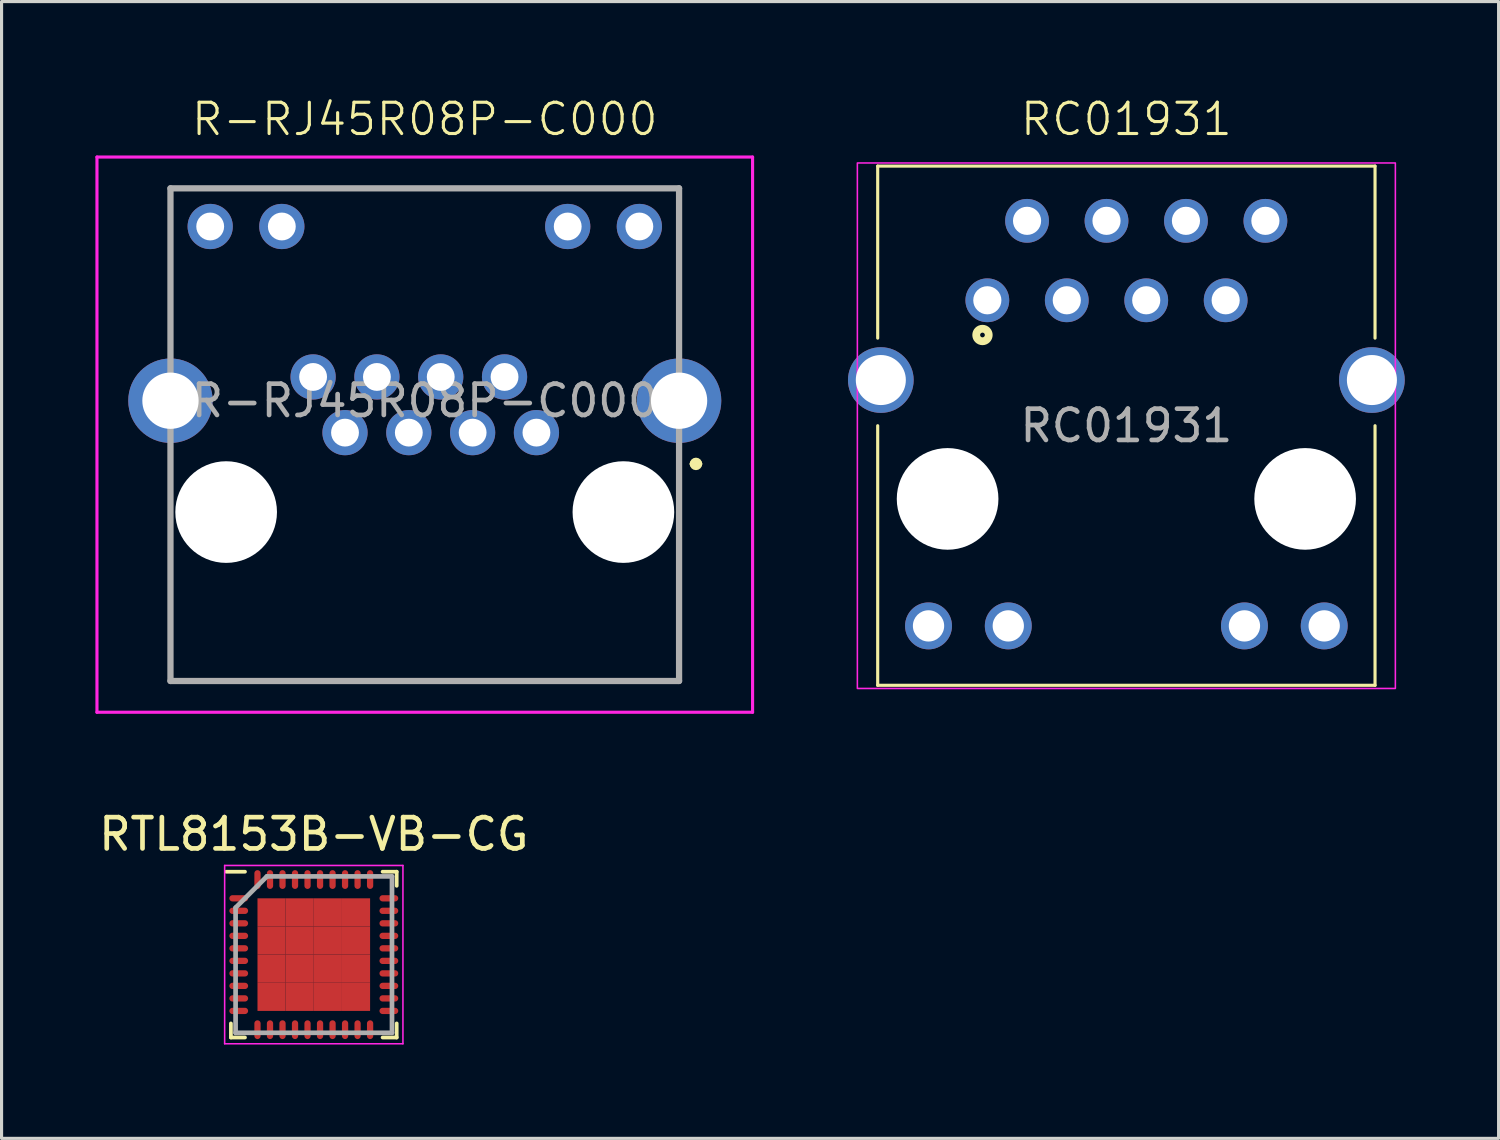
<source format=kicad_pcb>
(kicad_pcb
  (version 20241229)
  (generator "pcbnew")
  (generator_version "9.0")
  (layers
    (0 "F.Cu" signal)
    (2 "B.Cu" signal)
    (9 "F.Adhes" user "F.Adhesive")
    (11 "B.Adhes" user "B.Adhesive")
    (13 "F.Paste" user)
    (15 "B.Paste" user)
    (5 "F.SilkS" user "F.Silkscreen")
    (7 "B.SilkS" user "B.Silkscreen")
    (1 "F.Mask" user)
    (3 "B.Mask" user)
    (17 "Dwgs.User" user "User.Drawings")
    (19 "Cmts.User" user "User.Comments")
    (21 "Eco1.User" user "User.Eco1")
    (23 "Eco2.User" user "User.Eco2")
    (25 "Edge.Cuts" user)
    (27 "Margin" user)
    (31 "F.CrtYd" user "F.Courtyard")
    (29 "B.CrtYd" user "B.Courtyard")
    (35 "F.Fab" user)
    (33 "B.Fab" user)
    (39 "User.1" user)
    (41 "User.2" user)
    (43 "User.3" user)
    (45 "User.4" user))
  (footprint "R-RJ45R08P-C000"
    (layer "F.Cu")
    (at 10.53 9.761)
    (property "Reference" "R-RJ45R08P-C000" (at 0 -9 0) (unlocked yes) (layer "F.SilkS") (effects (font (size 1 1) (thickness 0.1))))
    (attr through_hole)
    (fp_line (start -8.15 -6.79) (end 8.13 -6.79) (stroke (width 0.1) (type solid)) (layer "F.SilkS"))
    (fp_line (start -8.15 -1.94) (end -8.15 -6.79) (stroke (width 0.1) (type solid)) (layer "F.SilkS"))
    (fp_line (start -8.13 1.56) (end -8.13 8.96) (stroke (width 0.1) (type solid)) (layer "F.SilkS"))
    (fp_line (start -8.13 8.96) (end 8.13 8.96) (stroke (width 0.1) (type solid)) (layer "F.SilkS"))
    (fp_line (start 8.13 -6.79) (end 8.13 -1.94) (stroke (width 0.1) (type solid)) (layer "F.SilkS"))
    (fp_line (start 8.13 8.96) (end 8.13 1.56) (stroke (width 0.1) (type solid)) (layer "F.SilkS"))
    (fp_line (start 8.57 2.02) (end 8.57 2.02) (stroke (width 0.2) (type solid)) (layer "F.SilkS"))
    (fp_line (start 8.77 2.02) (end 8.77 2.02) (stroke (width 0.2) (type solid)) (layer "F.SilkS"))
    (fp_arc (start 8.57 2.02) (mid 8.67 1.92) (end 8.77 2.02) (stroke (width 0.2) (type solid)) (layer "F.SilkS"))
    (fp_arc (start 8.77 2.02) (mid 8.67 2.12) (end 8.57 2.02) (stroke (width 0.2) (type solid)) (layer "F.SilkS"))
    (fp_line (start -10.48 -7.79) (end 10.48 -7.79) (stroke (width 0.1) (type solid)) (layer "F.CrtYd"))
    (fp_line (start -10.48 9.96) (end -10.48 -7.79) (stroke (width 0.1) (type solid)) (layer "F.CrtYd"))
    (fp_line (start 10.48 -7.79) (end 10.48 9.96) (stroke (width 0.1) (type solid)) (layer "F.CrtYd"))
    (fp_line (start 10.48 9.96) (end -10.48 9.96) (stroke (width 0.1) (type solid)) (layer "F.CrtYd"))
    (fp_line (start -8.13 -6.79) (end 8.13 -6.79) (stroke (width 0.2) (type solid)) (layer "F.Fab"))
    (fp_line (start -8.13 8.96) (end -8.13 -6.79) (stroke (width 0.2) (type solid)) (layer "F.Fab"))
    (fp_line (start 8.13 -6.79) (end 8.13 8.96) (stroke (width 0.2) (type solid)) (layer "F.Fab"))
    (fp_line (start 8.13 8.96) (end -8.13 8.96) (stroke (width 0.2) (type solid)) (layer "F.Fab"))
    (fp_text user "${REFERENCE}" (at 0 0 0) (unlocked yes) (layer "F.Fab") (effects (font (size 1 1) (thickness 0.15))))
    (pad "" np_thru_hole circle (at -6.35 3.56) (size 3.25 3.25) (drill 3.25) (layers "*.Cu" "*.Mask"))
    (pad "" np_thru_hole circle (at 6.35 3.56) (size 3.25 3.25) (drill 3.25) (layers "*.Cu" "*.Mask"))
    (pad "1" thru_hole circle (at 3.57 1.02) (size 1.446 1.446) (drill 0.89) (layers "*.Cu" "*.Mask"))
    (pad "2" thru_hole circle (at 2.55 -0.76) (size 1.446 1.446) (drill 0.89) (layers "*.Cu" "*.Mask"))
    (pad "3" thru_hole circle (at 1.53 1.02) (size 1.446 1.446) (drill 0.89) (layers "*.Cu" "*.Mask"))
    (pad "4" thru_hole circle (at 0.51 -0.76) (size 1.446 1.446) (drill 0.89) (layers "*.Cu" "*.Mask"))
    (pad "5" thru_hole circle (at -0.51 1.02) (size 1.446 1.446) (drill 0.89) (layers "*.Cu" "*.Mask"))
    (pad "6" thru_hole circle (at -1.53 -0.76) (size 1.446 1.446) (drill 0.89) (layers "*.Cu" "*.Mask"))
    (pad "7" thru_hole circle (at -2.55 1.02) (size 1.446 1.446) (drill 0.89) (layers "*.Cu" "*.Mask"))
    (pad "8" thru_hole circle (at -3.57 -0.76) (size 1.446 1.446) (drill 0.89) (layers "*.Cu" "*.Mask"))
    (pad "9" thru_hole circle (at -6.86 -5.57) (size 1.446 1.446) (drill 0.89) (layers "*.Cu" "*.Mask"))
    (pad "10" thru_hole circle (at -4.57 -5.57) (size 1.446 1.446) (drill 0.89) (layers "*.Cu" "*.Mask"))
    (pad "11" thru_hole circle (at 4.57 -5.57) (size 1.446 1.446) (drill 0.89) (layers "*.Cu" "*.Mask"))
    (pad "12" thru_hole circle (at 6.86 -5.57) (size 1.446 1.446) (drill 0.89) (layers "*.Cu" "*.Mask"))
    (pad "13" thru_hole circle (at -8.13 0) (size 2.7 2.7) (drill 1.8) (layers "*.Cu" "*.Mask"))
    (pad "13" thru_hole circle (at 8.13 0) (size 2.7 2.7) (drill 1.8) (layers "*.Cu" "*.Mask")))
  (footprint "RC01931"
    (layer "F.Cu")
    (at 32.96 10.56)
    (property "Reference" "RC01931" (at 0 -9.8 0) (unlocked yes) (layer "F.SilkS") (effects (font (size 1 1) (thickness 0.1))))
    (attr through_hole)
    (fp_line (start -7.95 -8.3) (end 7.95 -8.3) (stroke (width 0.1) (type default)) (layer "F.SilkS"))
    (fp_line (start -7.95 -2.8) (end -7.95 -8.3) (stroke (width 0.1) (type default)) (layer "F.SilkS"))
    (fp_line (start -7.95 8.3) (end -7.95 0) (stroke (width 0.1) (type default)) (layer "F.SilkS"))
    (fp_line (start 7.95 -8.3) (end 7.95 -2.8) (stroke (width 0.1) (type default)) (layer "F.SilkS"))
    (fp_line (start 7.95 0) (end 7.95 8.3) (stroke (width 0.1) (type default)) (layer "F.SilkS"))
    (fp_line (start 7.95 8.3) (end -7.95 8.3) (stroke (width 0.1) (type default)) (layer "F.SilkS"))
    (fp_circle (center -4.6 -2.9) (end -4.525 -2.9) (stroke (width 0.25) (type solid)) (fill no) (layer "F.SilkS"))
    (fp_rect (start -8.6 -8.4) (end 8.6 8.4) (stroke (width 0.05) (type default)) (fill no) (layer "F.CrtYd"))
    (fp_text user "${REFERENCE}" (at 0 0 0) (unlocked yes) (layer "F.Fab") (effects (font (size 1 1) (thickness 0.15))))
    (pad "" np_thru_hole circle (at -5.715 2.34 180) (size 3.25 3.25) (drill 3.25) (layers "*.Cu" "*.Mask"))
    (pad "" np_thru_hole circle (at 5.715 2.34 180) (size 3.25 3.25) (drill 3.25) (layers "*.Cu" "*.Mask"))
    (pad "1" thru_hole circle (at -4.445 -4.01 180) (size 1.4 1.4) (drill 0.9) (layers "*.Cu" "*.Mask"))
    (pad "2" thru_hole circle (at -3.175 -6.55 180) (size 1.4 1.4) (drill 0.9) (layers "*.Cu" "*.Mask"))
    (pad "3" thru_hole circle (at -1.905 -4.01 180) (size 1.4 1.4) (drill 0.9) (layers "*.Cu" "*.Mask"))
    (pad "4" thru_hole circle (at -0.635 -6.55 180) (size 1.4 1.4) (drill 0.9) (layers "*.Cu" "*.Mask"))
    (pad "5" thru_hole circle (at 0.635 -4.01 180) (size 1.4 1.4) (drill 0.9) (layers "*.Cu" "*.Mask"))
    (pad "6" thru_hole circle (at 1.905 -6.55 180) (size 1.4 1.4) (drill 0.9) (layers "*.Cu" "*.Mask"))
    (pad "7" thru_hole circle (at 3.175 -4.01 180) (size 1.4 1.4) (drill 0.9) (layers "*.Cu" "*.Mask"))
    (pad "8" thru_hole circle (at 4.445 -6.55 180) (size 1.4 1.4) (drill 0.9) (layers "*.Cu" "*.Mask"))
    (pad "9" thru_hole circle (at -6.325 6.4 180) (size 1.5 1.5) (drill 1) (layers "*.Cu" "*.Mask"))
    (pad "10" thru_hole circle (at -3.775 6.4 180) (size 1.5 1.5) (drill 1) (layers "*.Cu" "*.Mask"))
    (pad "11" thru_hole circle (at 3.775 6.4 180) (size 1.5 1.5) (drill 1) (layers "*.Cu" "*.Mask"))
    (pad "12" thru_hole circle (at 6.325 6.4 180) (size 1.5 1.5) (drill 1) (layers "*.Cu" "*.Mask"))
    (pad "13" thru_hole circle (at -7.85 -1.46 180) (size 2.1 2.1) (drill 1.6) (layers "*.Cu" "*.Mask"))
    (pad "13" thru_hole circle (at 7.85 -1.46 180) (size 2.1 2.1) (drill 1.6) (layers "*.Cu" "*.Mask")))
  (footprint "RTL8153B-VB-CG"
    (layer "F.Cu")
    (at 6.982 27.469)
    (property "Reference" "RTL8153B-VB-CG" (at 0 -3.85 0) (layer "F.SilkS") (effects (font (size 1 1) (thickness 0.15))))
    (attr smd)
    (fp_line (start -2.65 2.65) (end -2.65 2.2) (stroke (width 0.12) (type default)) (layer "F.SilkS"))
    (fp_line (start -2.2 -2.65) (end -2.8 -2.65) (stroke (width 0.12) (type default)) (layer "F.SilkS"))
    (fp_line (start -2.2 2.65) (end -2.65 2.65) (stroke (width 0.12) (type default)) (layer "F.SilkS"))
    (fp_line (start 2.2 -2.65) (end 2.65 -2.65) (stroke (width 0.12) (type default)) (layer "F.SilkS"))
    (fp_line (start 2.2 2.65) (end 2.65 2.65) (stroke (width 0.12) (type default)) (layer "F.SilkS"))
    (fp_line (start 2.65 -2.65) (end 2.65 -2.2) (stroke (width 0.12) (type default)) (layer "F.SilkS"))
    (fp_line (start 2.65 2.65) (end 2.65 2.2) (stroke (width 0.12) (type default)) (layer "F.SilkS"))
    (fp_line (start -2.85 -2.85) (end 2.85 -2.85) (stroke (width 0.05) (type default)) (layer "F.CrtYd"))
    (fp_line (start -2.85 2.85) (end -2.85 -2.85) (stroke (width 0.05) (type default)) (layer "F.CrtYd"))
    (fp_line (start 2.85 -2.85) (end 2.85 2.85) (stroke (width 0.05) (type default)) (layer "F.CrtYd"))
    (fp_line (start 2.85 2.85) (end -2.85 2.85) (stroke (width 0.05) (type default)) (layer "F.CrtYd"))
    (fp_line (start -2.5 -1.5) (end -2.5 2.5) (stroke (width 0.15) (type default)) (layer "F.Fab"))
    (fp_line (start -2.5 2.5) (end 2.5 2.5) (stroke (width 0.15) (type default)) (layer "F.Fab"))
    (fp_line (start -1.5 -2.5) (end -2.5 -1.5) (stroke (width 0.15) (type default)) (layer "F.Fab"))
    (fp_line (start 2.5 -2.5) (end -1.5 -2.5) (stroke (width 0.15) (type default)) (layer "F.Fab"))
    (fp_line (start 2.5 2.5) (end 2.5 -2.5) (stroke (width 0.15) (type default)) (layer "F.Fab"))
    (pad "1" smd oval (at -2.4 -1.8 90) (size 0.2 0.6) (layers "F.Cu" "F.Mask" "F.Paste"))
    (pad "2" smd oval (at -2.4 -1.4 90) (size 0.2 0.6) (layers "F.Cu" "F.Mask" "F.Paste"))
    (pad "3" smd oval (at -2.4 -1 90) (size 0.2 0.6) (layers "F.Cu" "F.Mask" "F.Paste"))
    (pad "4" smd oval (at -2.4 -0.6 90) (size 0.2 0.6) (layers "F.Cu" "F.Mask" "F.Paste"))
    (pad "5" smd oval (at -2.4 -0.2 90) (size 0.2 0.6) (layers "F.Cu" "F.Mask" "F.Paste"))
    (pad "6" smd oval (at -2.4 0.2 90) (size 0.2 0.6) (layers "F.Cu" "F.Mask" "F.Paste"))
    (pad "7" smd oval (at -2.4 0.6 90) (size 0.2 0.6) (layers "F.Cu" "F.Mask" "F.Paste"))
    (pad "8" smd oval (at -2.4 1 90) (size 0.2 0.6) (layers "F.Cu" "F.Mask" "F.Paste"))
    (pad "9" smd oval (at -2.4 1.4 90) (size 0.2 0.6) (layers "F.Cu" "F.Mask" "F.Paste"))
    (pad "10" smd oval (at -2.4 1.8 90) (size 0.2 0.6) (layers "F.Cu" "F.Mask" "F.Paste"))
    (pad "11" smd oval (at -1.8 2.4) (size 0.2 0.6) (layers "F.Cu" "F.Mask" "F.Paste"))
    (pad "12" smd oval (at -1.4 2.4) (size 0.2 0.6) (layers "F.Cu" "F.Mask" "F.Paste"))
    (pad "13" smd oval (at -1 2.4) (size 0.2 0.6) (layers "F.Cu" "F.Mask" "F.Paste"))
    (pad "14" smd oval (at -0.6 2.4) (size 0.2 0.6) (layers "F.Cu" "F.Mask" "F.Paste"))
    (pad "15" smd oval (at -0.2 2.4) (size 0.2 0.6) (layers "F.Cu" "F.Mask" "F.Paste"))
    (pad "16" smd oval (at 0.2 2.4) (size 0.2 0.6) (layers "F.Cu" "F.Mask" "F.Paste"))
    (pad "17" smd oval (at 0.6 2.4) (size 0.2 0.6) (layers "F.Cu" "F.Mask" "F.Paste"))
    (pad "18" smd oval (at 1 2.4) (size 0.2 0.6) (layers "F.Cu" "F.Mask" "F.Paste"))
    (pad "19" smd oval (at 1.4 2.4) (size 0.2 0.6) (layers "F.Cu" "F.Mask" "F.Paste"))
    (pad "20" smd oval (at 1.8 2.4) (size 0.2 0.6) (layers "F.Cu" "F.Mask" "F.Paste"))
    (pad "21" smd oval (at 2.4 1.8 90) (size 0.2 0.6) (layers "F.Cu" "F.Mask" "F.Paste"))
    (pad "22" smd oval (at 2.4 1.4 90) (size 0.2 0.6) (layers "F.Cu" "F.Mask" "F.Paste"))
    (pad "23" smd oval (at 2.4 1 90) (size 0.2 0.6) (layers "F.Cu" "F.Mask" "F.Paste"))
    (pad "24" smd oval (at 2.4 0.6 90) (size 0.2 0.6) (layers "F.Cu" "F.Mask" "F.Paste"))
    (pad "25" smd oval (at 2.4 0.2 90) (size 0.2 0.6) (layers "F.Cu" "F.Mask" "F.Paste"))
    (pad "26" smd oval (at 2.4 -0.2 90) (size 0.2 0.6) (layers "F.Cu" "F.Mask" "F.Paste"))
    (pad "27" smd oval (at 2.4 -0.6 90) (size 0.2 0.6) (layers "F.Cu" "F.Mask" "F.Paste"))
    (pad "28" smd oval (at 2.4 -1 90) (size 0.2 0.6) (layers "F.Cu" "F.Mask" "F.Paste"))
    (pad "29" smd oval (at 2.4 -1.4 90) (size 0.2 0.6) (layers "F.Cu" "F.Mask" "F.Paste"))
    (pad "30" smd oval (at 2.4 -1.8 90) (size 0.2 0.6) (layers "F.Cu" "F.Mask" "F.Paste"))
    (pad "31" smd oval (at 1.8 -2.4) (size 0.2 0.6) (layers "F.Cu" "F.Mask" "F.Paste"))
    (pad "32" smd oval (at 1.4 -2.4) (size 0.2 0.6) (layers "F.Cu" "F.Mask" "F.Paste"))
    (pad "33" smd oval (at 1 -2.4) (size 0.2 0.6) (layers "F.Cu" "F.Mask" "F.Paste"))
    (pad "34" smd oval (at 0.6 -2.4) (size 0.2 0.6) (layers "F.Cu" "F.Mask" "F.Paste"))
    (pad "35" smd oval (at 0.2 -2.4) (size 0.2 0.6) (layers "F.Cu" "F.Mask" "F.Paste"))
    (pad "36" smd oval (at -0.2 -2.4) (size 0.2 0.6) (layers "F.Cu" "F.Mask" "F.Paste"))
    (pad "37" smd oval (at -0.6 -2.4) (size 0.2 0.6) (layers "F.Cu" "F.Mask" "F.Paste"))
    (pad "38" smd oval (at -1 -2.4) (size 0.2 0.6) (layers "F.Cu" "F.Mask" "F.Paste"))
    (pad "39" smd oval (at -1.4 -2.4) (size 0.2 0.6) (layers "F.Cu" "F.Mask" "F.Paste"))
    (pad "40" smd oval (at -1.8 -2.4) (size 0.2 0.6) (layers "F.Cu" "F.Mask" "F.Paste"))
    (pad "41" smd rect (at -1.35 -1.35) (size 0.9 0.9) (layers "F.Cu" "F.Mask" "F.Paste"))
    (pad "41" smd rect (at -1.35 -0.45) (size 0.9 0.9) (layers "F.Cu" "F.Mask" "F.Paste"))
    (pad "41" smd rect (at -1.35 0.45) (size 0.9 0.9) (layers "F.Cu" "F.Mask" "F.Paste"))
    (pad "41" smd rect (at -1.35 1.35) (size 0.9 0.9) (layers "F.Cu" "F.Mask" "F.Paste"))
    (pad "41" smd rect (at -0.45 -1.35) (size 0.9 0.9) (layers "F.Cu" "F.Mask" "F.Paste"))
    (pad "41" smd rect (at -0.45 -0.45) (size 0.9 0.9) (layers "F.Cu" "F.Mask" "F.Paste"))
    (pad "41" smd rect (at -0.45 0.45) (size 0.9 0.9) (layers "F.Cu" "F.Mask" "F.Paste"))
    (pad "41" smd rect (at -0.45 1.35) (size 0.9 0.9) (layers "F.Cu" "F.Mask" "F.Paste"))
    (pad "41" smd rect (at 0.45 -1.35) (size 0.9 0.9) (layers "F.Cu" "F.Mask" "F.Paste"))
    (pad "41" smd rect (at 0.45 -0.45) (size 0.9 0.9) (layers "F.Cu" "F.Mask" "F.Paste"))
    (pad "41" smd rect (at 0.45 0.45) (size 0.9 0.9) (layers "F.Cu" "F.Mask" "F.Paste"))
    (pad "41" smd rect (at 0.45 1.35) (size 0.9 0.9) (layers "F.Cu" "F.Mask" "F.Paste"))
    (pad "41" smd rect (at 1.35 -1.35) (size 0.9 0.9) (layers "F.Cu" "F.Mask" "F.Paste"))
    (pad "41" smd rect (at 1.35 -0.45) (size 0.9 0.9) (layers "F.Cu" "F.Mask" "F.Paste"))
    (pad "41" smd rect (at 1.35 0.45) (size 0.9 0.9) (layers "F.Cu" "F.Mask" "F.Paste"))
    (pad "41" smd rect (at 1.35 1.35) (size 0.9 0.9) (layers "F.Cu" "F.Mask" "F.Paste")))
  (gr_rect
    (start -3 -3)
    (end 44.86 33.344)
    (stroke (width 0.1) (type default))
    (fill no)
    (layer "Edge.Cuts")))
</source>
